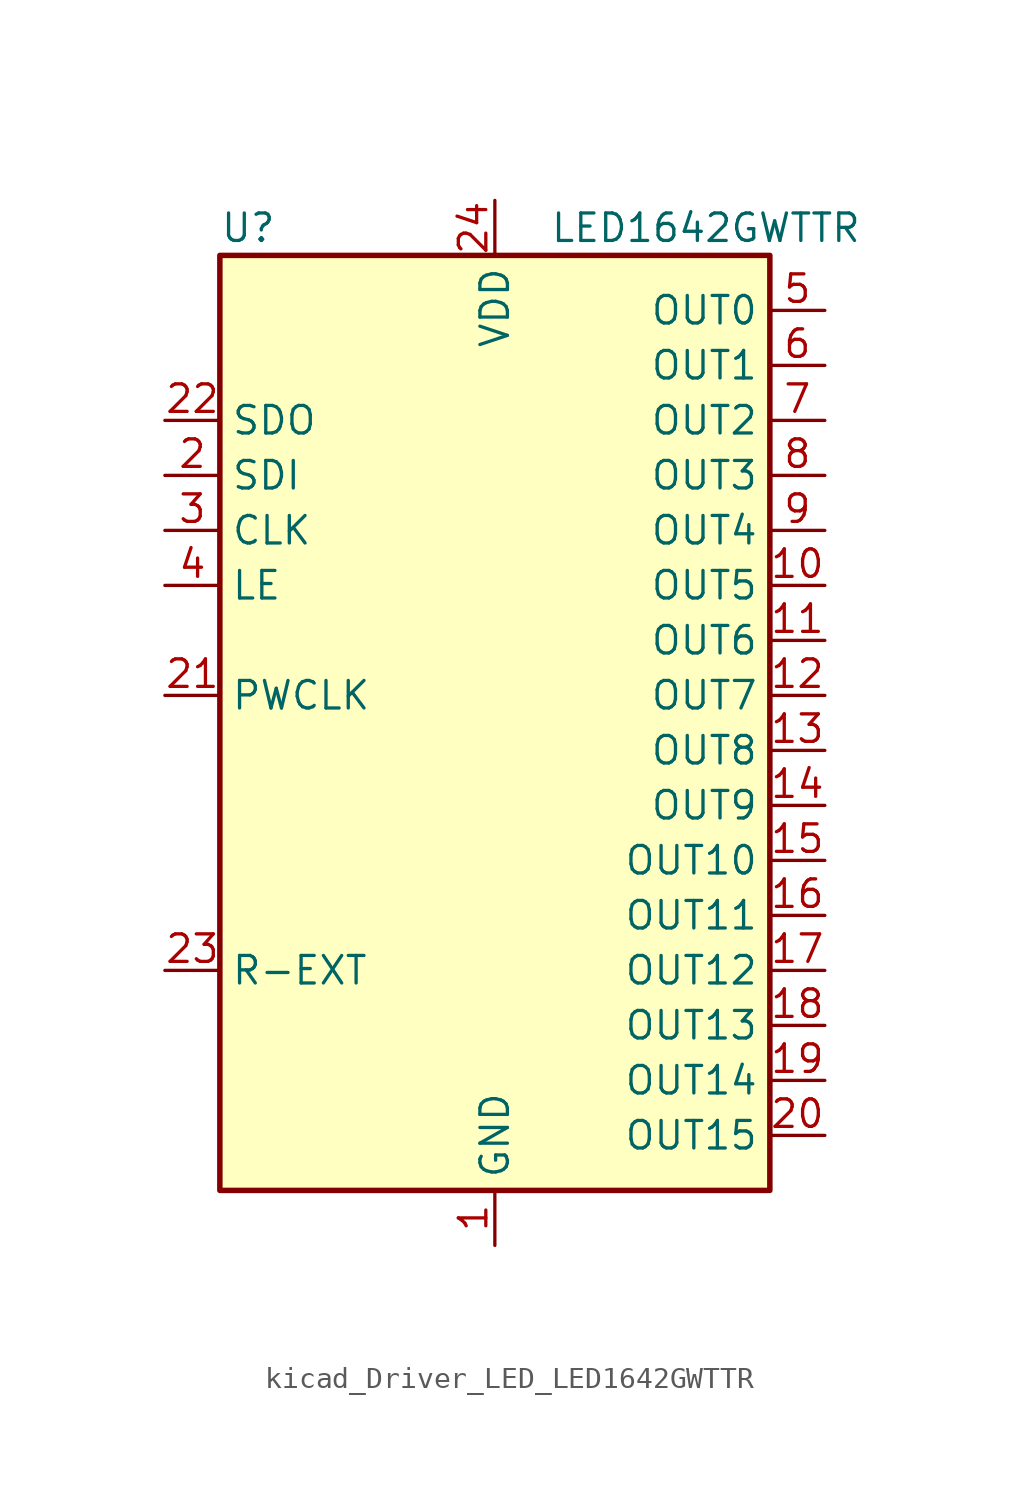
<source format=kicad_sym>
(kicad_symbol_lib
  (version 20220914)
  (generator kicad_symbol_editor)
  (symbol "kicad_Driver_LED_LED1642GWTTR"
    (property "Reference" "U"
      (at -12.7 21.59 0)
      (effects (font (size 1.27 1.27)) (justify left)))
    (property "Value" "LED1642GWTTR"
      (at 2.54 21.59 0)
      (effects (font (size 1.27 1.27)) (justify left)))
    (symbol "kicad_Driver_LED_LED1642GWTTR_0_1"
      (rectangle (start -12.7 20.32) (end 12.7 -22.86) (stroke (width 0.254) (type default)) (fill (type background))))
    (symbol "kicad_Driver_LED_LED1642GWTTR_1_1"
      (pin power_in line (at 0 -25.4 90) (length 2.54) (name "GND" (effects (font (size 1.27 1.27)))) (number "1" (effects (font (size 1.27 1.27)))))
      (pin output line (at 15.24 5.08 180) (length 2.54) (name "OUT5" (effects (font (size 1.27 1.27)))) (number "10" (effects (font (size 1.27 1.27)))))
      (pin output line (at 15.24 2.54 180) (length 2.54) (name "OUT6" (effects (font (size 1.27 1.27)))) (number "11" (effects (font (size 1.27 1.27)))))
      (pin output line (at 15.24 0 180) (length 2.54) (name "OUT7" (effects (font (size 1.27 1.27)))) (number "12" (effects (font (size 1.27 1.27)))))
      (pin output line (at 15.24 -2.54 180) (length 2.54) (name "OUT8" (effects (font (size 1.27 1.27)))) (number "13" (effects (font (size 1.27 1.27)))))
      (pin output line (at 15.24 -5.08 180) (length 2.54) (name "OUT9" (effects (font (size 1.27 1.27)))) (number "14" (effects (font (size 1.27 1.27)))))
      (pin output line (at 15.24 -7.62 180) (length 2.54) (name "OUT10" (effects (font (size 1.27 1.27)))) (number "15" (effects (font (size 1.27 1.27)))))
      (pin output line (at 15.24 -10.16 180) (length 2.54) (name "OUT11" (effects (font (size 1.27 1.27)))) (number "16" (effects (font (size 1.27 1.27)))))
      (pin output line (at 15.24 -12.7 180) (length 2.54) (name "OUT12" (effects (font (size 1.27 1.27)))) (number "17" (effects (font (size 1.27 1.27)))))
      (pin output line (at 15.24 -15.24 180) (length 2.54) (name "OUT13" (effects (font (size 1.27 1.27)))) (number "18" (effects (font (size 1.27 1.27)))))
      (pin output line (at 15.24 -17.78 180) (length 2.54) (name "OUT14" (effects (font (size 1.27 1.27)))) (number "19" (effects (font (size 1.27 1.27)))))
      (pin input line (at -15.24 10.16 0) (length 2.54) (name "SDI" (effects (font (size 1.27 1.27)))) (number "2" (effects (font (size 1.27 1.27)))))
      (pin output line (at 15.24 -20.32 180) (length 2.54) (name "OUT15" (effects (font (size 1.27 1.27)))) (number "20" (effects (font (size 1.27 1.27)))))
      (pin input line (at -15.24 0 0) (length 2.54) (name "PWCLK" (effects (font (size 1.27 1.27)))) (number "21" (effects (font (size 1.27 1.27)))))
      (pin output line (at -15.24 12.7 0) (length 2.54) (name "SDO" (effects (font (size 1.27 1.27)))) (number "22" (effects (font (size 1.27 1.27)))))
      (pin passive line (at -15.24 -12.7 0) (length 2.54) (name "R-EXT" (effects (font (size 1.27 1.27)))) (number "23" (effects (font (size 1.27 1.27)))))
      (pin power_in line (at 0 22.86 270) (length 2.54) (name "VDD" (effects (font (size 1.27 1.27)))) (number "24" (effects (font (size 1.27 1.27)))))
      (pin input line (at -15.24 7.62 0) (length 2.54) (name "CLK" (effects (font (size 1.27 1.27)))) (number "3" (effects (font (size 1.27 1.27)))))
      (pin input line (at -15.24 5.08 0) (length 2.54) (name "LE" (effects (font (size 1.27 1.27)))) (number "4" (effects (font (size 1.27 1.27)))))
      (pin output line (at 15.24 17.78 180) (length 2.54) (name "OUT0" (effects (font (size 1.27 1.27)))) (number "5" (effects (font (size 1.27 1.27)))))
      (pin output line (at 15.24 15.24 180) (length 2.54) (name "OUT1" (effects (font (size 1.27 1.27)))) (number "6" (effects (font (size 1.27 1.27)))))
      (pin output line (at 15.24 12.7 180) (length 2.54) (name "OUT2" (effects (font (size 1.27 1.27)))) (number "7" (effects (font (size 1.27 1.27)))))
      (pin output line (at 15.24 10.16 180) (length 2.54) (name "OUT3" (effects (font (size 1.27 1.27)))) (number "8" (effects (font (size 1.27 1.27)))))
      (pin output line (at 15.24 7.62 180) (length 2.54) (name "OUT4" (effects (font (size 1.27 1.27)))) (number "9" (effects (font (size 1.27 1.27))))))))
</source>
